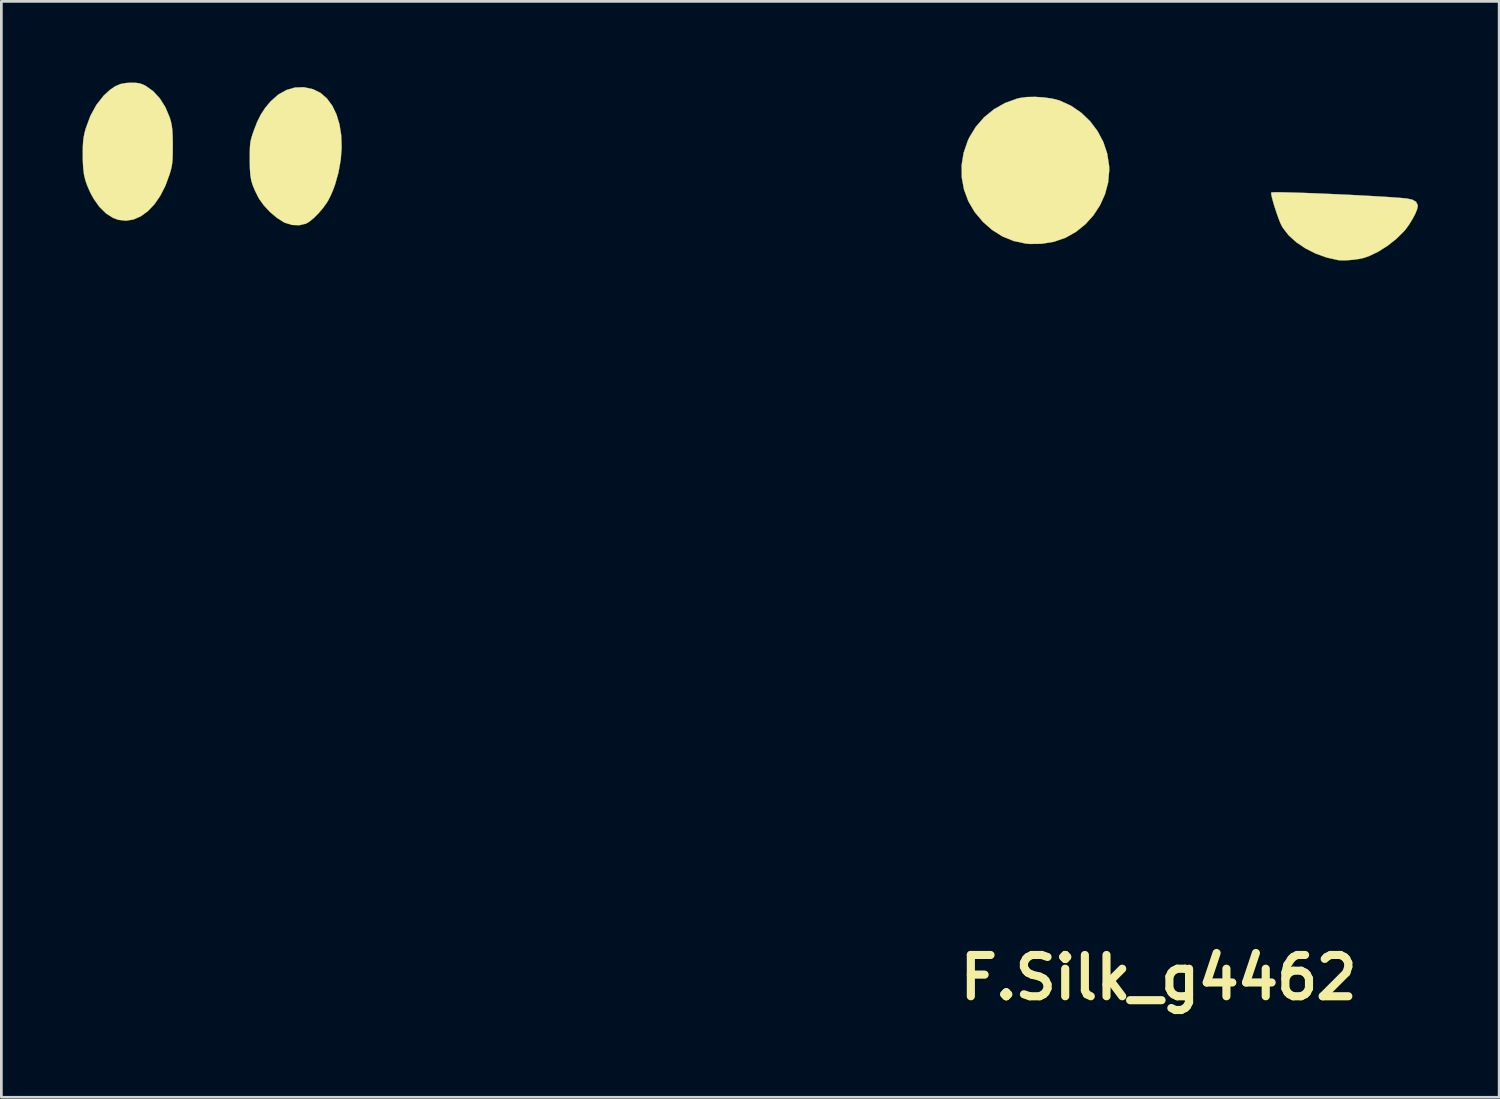
<source format=kicad_pcb>
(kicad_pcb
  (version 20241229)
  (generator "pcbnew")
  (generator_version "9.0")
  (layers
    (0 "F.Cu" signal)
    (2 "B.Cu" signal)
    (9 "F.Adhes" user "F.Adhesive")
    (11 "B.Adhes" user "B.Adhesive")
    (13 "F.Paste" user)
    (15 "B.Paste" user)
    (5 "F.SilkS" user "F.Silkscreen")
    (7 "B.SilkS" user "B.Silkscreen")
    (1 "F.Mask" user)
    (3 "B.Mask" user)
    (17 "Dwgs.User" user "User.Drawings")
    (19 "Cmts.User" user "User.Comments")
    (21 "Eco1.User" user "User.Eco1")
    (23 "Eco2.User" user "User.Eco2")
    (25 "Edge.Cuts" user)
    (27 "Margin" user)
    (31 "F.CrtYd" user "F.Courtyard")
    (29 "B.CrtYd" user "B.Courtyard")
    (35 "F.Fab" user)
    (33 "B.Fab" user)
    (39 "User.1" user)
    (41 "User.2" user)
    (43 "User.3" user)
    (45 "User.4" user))
  (footprint "F.Silk_g4462"
    (layer "F.Cu")
    (at 39.719 33.037)
    (property "Reference" "F.Silk_g4462" (at 0 0 0) (layer "F.SilkS") (effects (font (size 1.524 1.524) (thickness 0.3))))
    (attr through_hole)
    (fp_poly (pts (xy -4.24 -32.491) (xy -3.935 -32.448) (xy -3.676 -32.383) (xy -3.654 -32.376) (xy -3.235 -32.185) (xy -2.857 -31.927) (xy -2.527 -31.611) (xy -2.253 -31.247) (xy -2.04 -30.845) (xy -1.896 -30.414) (xy -1.827 -29.963) (xy -1.822 -29.803) (xy -1.862 -29.354) (xy -1.977 -28.921) (xy -2.161 -28.513) (xy -2.406 -28.138) (xy -2.704 -27.807) (xy -3.049 -27.529) (xy -3.433 -27.312) (xy -3.849 -27.167) (xy -3.873 -27.161) (xy -4.322 -27.088) (xy -4.756 -27.082) (xy -4.904 -27.096) (xy -5.352 -27.192) (xy -5.764 -27.359) (xy -6.147 -27.601) (xy -6.481 -27.894) (xy -6.789 -28.259) (xy -7.023 -28.659) (xy -7.182 -29.086) (xy -7.265 -29.532) (xy -7.271 -29.988) (xy -7.197 -30.445) (xy -7.042 -30.895) (xy -6.989 -31.009) (xy -6.745 -31.409) (xy -6.438 -31.76) (xy -6.075 -32.055) (xy -5.668 -32.285) (xy -5.224 -32.445) (xy -5.117 -32.471) (xy -4.862 -32.505) (xy -4.56 -32.511) (xy -4.24 -32.491)) (stroke (width 0.01) (type solid)) (fill yes) (layer "F.SilkS"))
    (fp_poly (pts (xy -37.747 -33.029) (xy -37.614 -33.01) (xy -37.494 -32.968) (xy -37.385 -32.913) (xy -37.111 -32.717) (xy -36.867 -32.452) (xy -36.663 -32.127) (xy -36.506 -31.755) (xy -36.465 -31.62) (xy -36.432 -31.475) (xy -36.41 -31.308) (xy -36.397 -31.101) (xy -36.391 -30.835) (xy -36.391 -30.692) (xy -36.393 -30.429) (xy -36.399 -30.23) (xy -36.411 -30.073) (xy -36.433 -29.936) (xy -36.466 -29.799) (xy -36.508 -29.656) (xy -36.663 -29.231) (xy -36.853 -28.86) (xy -37.07 -28.545) (xy -37.311 -28.292) (xy -37.57 -28.104) (xy -37.841 -27.985) (xy -38.12 -27.94) (xy -38.401 -27.972) (xy -38.59 -28.041) (xy -38.852 -28.206) (xy -39.097 -28.447) (xy -39.314 -28.753) (xy -39.434 -28.976) (xy -39.54 -29.213) (xy -39.617 -29.429) (xy -39.668 -29.646) (xy -39.698 -29.887) (xy -39.712 -30.174) (xy -39.714 -30.405) (xy -39.711 -30.659) (xy -39.701 -30.856) (xy -39.681 -31.02) (xy -39.648 -31.18) (xy -39.603 -31.347) (xy -39.432 -31.81) (xy -39.21 -32.216) (xy -38.939 -32.56) (xy -38.714 -32.767) (xy -38.517 -32.902) (xy -38.323 -32.985) (xy -38.102 -33.024) (xy -37.929 -33.032) (xy -37.747 -33.029)) (stroke (width 0.01) (type solid)) (fill yes) (layer "F.SilkS"))
    (fp_poly (pts (xy -31.214 -32.794) (xy -31.212 -32.794) (xy -30.935 -32.655) (xy -30.698 -32.449) (xy -30.501 -32.181) (xy -30.347 -31.861) (xy -30.237 -31.494) (xy -30.173 -31.089) (xy -30.157 -30.653) (xy -30.19 -30.194) (xy -30.275 -29.72) (xy -30.401 -29.271) (xy -30.479 -29.06) (xy -30.573 -28.846) (xy -30.667 -28.665) (xy -30.701 -28.609) (xy -30.845 -28.409) (xy -31.012 -28.213) (xy -31.185 -28.04) (xy -31.347 -27.907) (xy -31.472 -27.832) (xy -31.715 -27.774) (xy -31.98 -27.783) (xy -32.24 -27.86) (xy -32.298 -27.887) (xy -32.551 -28.048) (xy -32.803 -28.262) (xy -33.029 -28.504) (xy -33.206 -28.752) (xy -33.241 -28.817) (xy -33.355 -29.045) (xy -33.437 -29.239) (xy -33.493 -29.422) (xy -33.526 -29.616) (xy -33.543 -29.844) (xy -33.549 -30.128) (xy -33.549 -30.205) (xy -33.548 -30.454) (xy -33.543 -30.641) (xy -33.532 -30.786) (xy -33.511 -30.91) (xy -33.477 -31.035) (xy -33.429 -31.183) (xy -33.409 -31.241) (xy -33.278 -31.582) (xy -33.138 -31.863) (xy -32.977 -32.109) (xy -32.779 -32.344) (xy -32.779 -32.344) (xy -32.5 -32.593) (xy -32.197 -32.764) (xy -31.878 -32.856) (xy -31.548 -32.867) (xy -31.214 -32.794)) (stroke (width 0.01) (type solid)) (fill yes) (layer "F.SilkS"))
    (fp_poly (pts (xy 4.527 -28.989) (xy 4.777 -28.983) (xy 5.076 -28.975) (xy 5.414 -28.964) (xy 5.782 -28.95) (xy 6.173 -28.934) (xy 6.575 -28.916) (xy 6.982 -28.897) (xy 7.383 -28.877) (xy 7.769 -28.856) (xy 8.132 -28.835) (xy 8.463 -28.815) (xy 8.752 -28.795) (xy 8.991 -28.776) (xy 9.161 -28.76) (xy 9.37 -28.715) (xy 9.503 -28.637) (xy 9.563 -28.522) (xy 9.567 -28.475) (xy 9.542 -28.357) (xy 9.475 -28.194) (xy 9.376 -28.006) (xy 9.258 -27.813) (xy 9.13 -27.634) (xy 9.058 -27.548) (xy 8.775 -27.269) (xy 8.453 -27.015) (xy 8.111 -26.798) (xy 7.773 -26.635) (xy 7.586 -26.569) (xy 7.401 -26.528) (xy 7.178 -26.498) (xy 6.947 -26.479) (xy 6.742 -26.476) (xy 6.625 -26.486) (xy 6.201 -26.582) (xy 5.793 -26.729) (xy 5.415 -26.921) (xy 5.079 -27.148) (xy 4.798 -27.404) (xy 4.585 -27.68) (xy 4.54 -27.759) (xy 4.485 -27.878) (xy 4.422 -28.04) (xy 4.355 -28.229) (xy 4.29 -28.428) (xy 4.232 -28.619) (xy 4.187 -28.785) (xy 4.16 -28.91) (xy 4.156 -28.976) (xy 4.159 -28.98) (xy 4.209 -28.987) (xy 4.335 -28.99) (xy 4.527 -28.989)) (stroke (width 0.01) (type solid)) (fill yes) (layer "F.SilkS")))
  (gr_rect
    (start -3 -3)
    (end 52.291 37.455)
    (stroke (width 0.1) (type default))
    (fill no)
    (layer "Edge.Cuts")))
</source>
